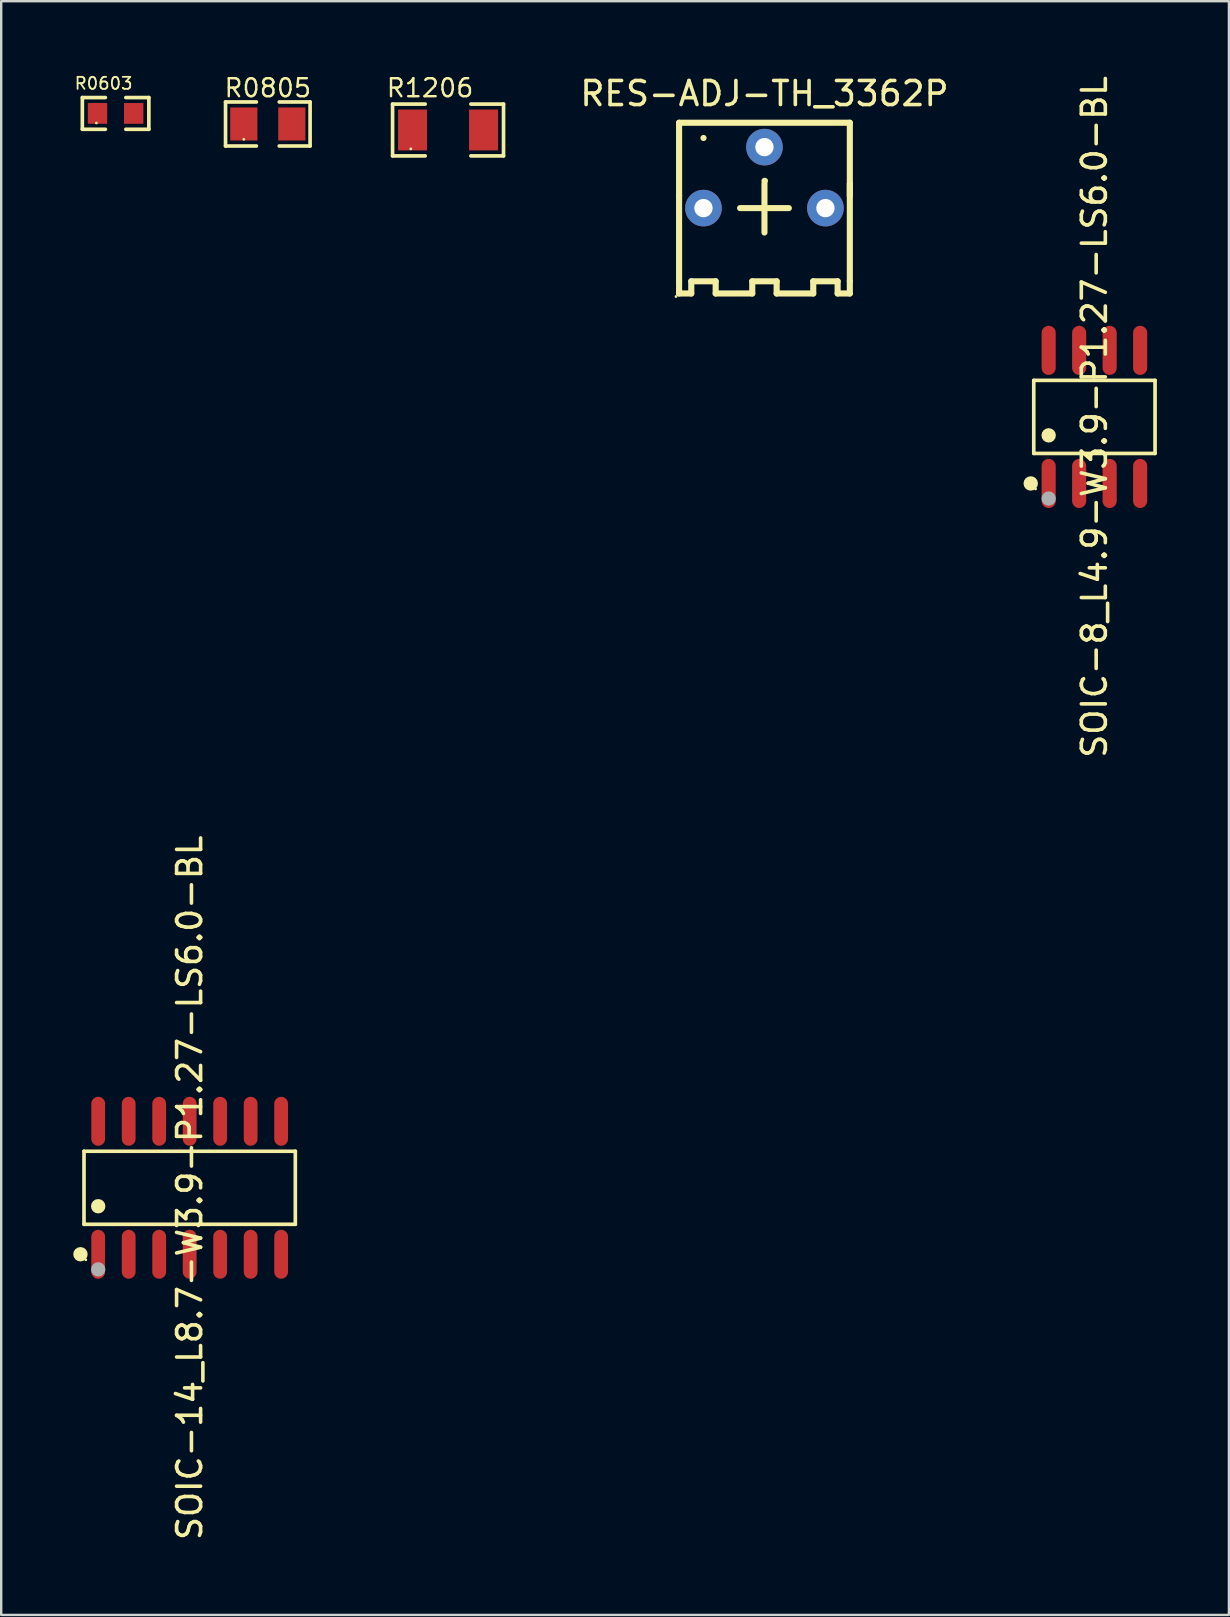
<source format=kicad_pcb>
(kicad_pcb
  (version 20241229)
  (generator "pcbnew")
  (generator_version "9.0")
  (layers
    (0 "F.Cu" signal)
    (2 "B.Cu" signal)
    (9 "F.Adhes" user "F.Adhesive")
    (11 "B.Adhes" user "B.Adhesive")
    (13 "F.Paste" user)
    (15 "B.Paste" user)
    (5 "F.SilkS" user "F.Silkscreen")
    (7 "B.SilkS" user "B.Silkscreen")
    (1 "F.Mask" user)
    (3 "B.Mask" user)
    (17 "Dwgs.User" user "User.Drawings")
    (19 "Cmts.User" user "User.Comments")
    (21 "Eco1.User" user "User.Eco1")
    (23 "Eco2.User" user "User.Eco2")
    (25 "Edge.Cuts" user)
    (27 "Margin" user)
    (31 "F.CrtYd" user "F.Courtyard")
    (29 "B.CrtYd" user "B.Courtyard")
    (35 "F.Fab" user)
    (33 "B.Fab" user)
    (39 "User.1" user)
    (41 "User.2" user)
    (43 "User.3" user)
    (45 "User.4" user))
  (footprint "SOIC-14_L8.7-W3.9-P1.27-LS6.0-BL"
    (layer "F.Cu")
    (at 4.85 46.423)
    (property "Reference" "SOIC-14_L8.7-W3.9-P1.27-LS6.0-BL" (at 0 0 90) (layer "F.SilkS") (effects (font (size 1 1) (thickness 0.15))))
    (attr smd)
    (fp_line (start -4.401 -1.521) (end 4.401 -1.521) (stroke (width 0.152) (type solid)) (layer "F.SilkS"))
    (fp_line (start -4.401 1.521) (end -4.401 -1.521) (stroke (width 0.152) (type solid)) (layer "F.SilkS"))
    (fp_line (start 4.401 -1.521) (end 4.401 1.521) (stroke (width 0.152) (type solid)) (layer "F.SilkS"))
    (fp_line (start 4.401 1.521) (end -4.401 1.521) (stroke (width 0.152) (type solid)) (layer "F.SilkS"))
    (fp_circle (center -4.549 2.769) (end -4.399 2.769) (stroke (width 0.3) (type solid)) (fill no) (layer "F.SilkS"))
    (fp_circle (center -4.325 3) (end -4.295 3) (stroke (width 0.06) (type solid)) (fill no) (layer "F.SilkS"))
    (fp_circle (center -3.81 0.769) (end -3.66 0.769) (stroke (width 0.3) (type solid)) (fill no) (layer "F.SilkS"))
    (fp_circle (center -3.81 3.4) (end -3.66 3.4) (stroke (width 0.3) (type solid)) (fill no) (layer "F.Fab"))
    (pad "1" smd oval (at -3.81 2.769) (size 0.574 2.038) (layers "F.Cu" "F.Mask" "F.Paste"))
    (pad "2" smd oval (at -2.54 2.769) (size 0.574 2.038) (layers "F.Cu" "F.Mask" "F.Paste"))
    (pad "3" smd oval (at -1.27 2.769) (size 0.574 2.038) (layers "F.Cu" "F.Mask" "F.Paste"))
    (pad "4" smd oval (at 0 2.769) (size 0.574 2.038) (layers "F.Cu" "F.Mask" "F.Paste"))
    (pad "5" smd oval (at 1.27 2.769) (size 0.574 2.038) (layers "F.Cu" "F.Mask" "F.Paste"))
    (pad "6" smd oval (at 2.54 2.769) (size 0.574 2.038) (layers "F.Cu" "F.Mask" "F.Paste"))
    (pad "7" smd oval (at 3.81 2.769) (size 0.574 2.038) (layers "F.Cu" "F.Mask" "F.Paste"))
    (pad "8" smd oval (at 3.81 -2.769) (size 0.574 2.038) (layers "F.Cu" "F.Mask" "F.Paste"))
    (pad "9" smd oval (at 2.54 -2.769) (size 0.574 2.038) (layers "F.Cu" "F.Mask" "F.Paste"))
    (pad "10" smd oval (at 1.27 -2.769) (size 0.574 2.038) (layers "F.Cu" "F.Mask" "F.Paste"))
    (pad "11" smd oval (at 0 -2.769) (size 0.574 2.038) (layers "F.Cu" "F.Mask" "F.Paste"))
    (pad "12" smd oval (at -1.27 -2.769) (size 0.574 2.038) (layers "F.Cu" "F.Mask" "F.Paste"))
    (pad "13" smd oval (at -2.54 -2.769) (size 0.574 2.038) (layers "F.Cu" "F.Mask" "F.Paste"))
    (pad "14" smd oval (at -3.81 -2.769) (size 0.574 2.038) (layers "F.Cu" "F.Mask" "F.Paste")))
  (footprint "SOIC-8_L4.9-W3.9-P1.27-LS6.0-BL"
    (layer "F.Cu")
    (at 42.534 14.315)
    (property "Reference" "SOIC-8_L4.9-W3.9-P1.27-LS6.0-BL" (at 0 0 90) (layer "F.SilkS") (effects (font (size 1 1) (thickness 0.15))))
    (attr smd)
    (fp_line (start -2.526 -1.521) (end 2.526 -1.521) (stroke (width 0.152) (type solid)) (layer "F.SilkS"))
    (fp_line (start -2.526 1.521) (end -2.526 -1.521) (stroke (width 0.152) (type solid)) (layer "F.SilkS"))
    (fp_line (start 2.526 -1.521) (end 2.526 1.521) (stroke (width 0.152) (type solid)) (layer "F.SilkS"))
    (fp_line (start 2.526 1.521) (end -2.526 1.521) (stroke (width 0.152) (type solid)) (layer "F.SilkS"))
    (fp_circle (center -2.652 2.772) (end -2.501 2.772) (stroke (width 0.3) (type solid)) (fill no) (layer "F.SilkS"))
    (fp_circle (center -2.45 3) (end -2.42 3) (stroke (width 0.06) (type solid)) (fill no) (layer "F.SilkS"))
    (fp_circle (center -1.905 0.769) (end -1.755 0.769) (stroke (width 0.3) (type solid)) (fill no) (layer "F.SilkS"))
    (fp_circle (center -1.905 3.4) (end -1.755 3.4) (stroke (width 0.3) (type solid)) (fill no) (layer "F.Fab"))
    (pad "1" smd oval (at -1.905 2.772) (size 0.588 2.045) (layers "F.Cu" "F.Mask" "F.Paste"))
    (pad "2" smd oval (at -0.635 2.772) (size 0.588 2.045) (layers "F.Cu" "F.Mask" "F.Paste"))
    (pad "3" smd oval (at 0.635 2.772) (size 0.588 2.045) (layers "F.Cu" "F.Mask" "F.Paste"))
    (pad "4" smd oval (at 1.905 2.772) (size 0.588 2.045) (layers "F.Cu" "F.Mask" "F.Paste"))
    (pad "5" smd oval (at 1.905 -2.772) (size 0.588 2.045) (layers "F.Cu" "F.Mask" "F.Paste"))
    (pad "6" smd oval (at 0.635 -2.772) (size 0.588 2.045) (layers "F.Cu" "F.Mask" "F.Paste"))
    (pad "7" smd oval (at -0.635 -2.772) (size 0.588 2.045) (layers "F.Cu" "F.Mask" "F.Paste"))
    (pad "8" smd oval (at -1.905 -2.772) (size 0.588 2.045) (layers "F.Cu" "F.Mask" "F.Paste")))
  (footprint "R0805"
    (layer "F.Cu")
    (at 8.105 2.114)
    (property "Reference" "R0805" (at 0 -1.5 0) (layer "F.SilkS") (effects (font (size 0.75 0.75) (thickness 0.1))))
    (attr smd)
    (fp_line (start -1.761 -0.917) (end -0.476 -0.917) (stroke (width 0.152) (type solid)) (layer "F.SilkS"))
    (fp_line (start -1.761 0.917) (end -1.761 -0.917) (stroke (width 0.152) (type solid)) (layer "F.SilkS"))
    (fp_line (start -0.476 0.917) (end -1.761 0.917) (stroke (width 0.152) (type solid)) (layer "F.SilkS"))
    (fp_line (start 0.476 0.917) (end 1.761 0.917) (stroke (width 0.152) (type solid)) (layer "F.SilkS"))
    (fp_line (start 1.761 -0.917) (end 0.476 -0.917) (stroke (width 0.152) (type solid)) (layer "F.SilkS"))
    (fp_line (start 1.761 0.917) (end 1.761 -0.917) (stroke (width 0.152) (type solid)) (layer "F.SilkS"))
    (fp_circle (center -1 0.638) (end -0.97 0.638) (stroke (width 0.06) (type solid)) (fill no) (layer "F.SilkS"))
    (pad "1" smd rect (at -1 0) (size 1.133 1.377) (layers "F.Cu" "F.Mask" "F.Paste"))
    (pad "2" smd rect (at 1 0) (size 1.133 1.377) (layers "F.Cu" "F.Mask" "F.Paste")))
  (footprint "RES-ADJ-TH_3362P"
    (layer "F.Cu")
    (at 28.791 4.348)
    (property "Reference" "RES-ADJ-TH_3362P" (at 0 -3.5 0) (layer "F.SilkS") (effects (font (size 1 1) (thickness 0.15))))
    (attr through_hole)
    (fp_line (start -3.556 -2.286) (end 3.556 -2.286) (stroke (width 0.254) (type solid)) (layer "F.SilkS"))
    (fp_line (start -3.556 0.762) (end -3.556 -2.286) (stroke (width 0.254) (type solid)) (layer "F.SilkS"))
    (fp_line (start -3.556 4.318) (end -3.556 0.762) (stroke (width 0.254) (type solid)) (layer "F.SilkS"))
    (fp_line (start -3.556 4.826) (end -3.556 4.318) (stroke (width 0.254) (type solid)) (layer "F.SilkS"))
    (fp_line (start -3.048 4.318) (end -3.048 4.826) (stroke (width 0.254) (type solid)) (layer "F.SilkS"))
    (fp_line (start -3.048 4.826) (end -3.556 4.826) (stroke (width 0.254) (type solid)) (layer "F.SilkS"))
    (fp_line (start -2.032 4.318) (end -3.048 4.318) (stroke (width 0.254) (type solid)) (layer "F.SilkS"))
    (fp_line (start -2.032 4.826) (end -2.032 4.318) (stroke (width 0.254) (type solid)) (layer "F.SilkS"))
    (fp_line (start -0.508 4.318) (end -0.508 4.826) (stroke (width 0.254) (type solid)) (layer "F.SilkS"))
    (fp_line (start -0.508 4.826) (end -2.032 4.826) (stroke (width 0.254) (type solid)) (layer "F.SilkS"))
    (fp_line (start 0 2.286) (end 0 0.254) (stroke (width 0.254) (type solid)) (layer "F.SilkS"))
    (fp_line (start 0.508 4.318) (end -0.508 4.318) (stroke (width 0.254) (type solid)) (layer "F.SilkS"))
    (fp_line (start 0.508 4.826) (end 0.508 4.318) (stroke (width 0.254) (type solid)) (layer "F.SilkS"))
    (fp_line (start 1.016 1.27) (end -1.016 1.27) (stroke (width 0.254) (type solid)) (layer "F.SilkS"))
    (fp_line (start 2.032 4.318) (end 2.032 4.826) (stroke (width 0.254) (type solid)) (layer "F.SilkS"))
    (fp_line (start 2.032 4.826) (end 0.508 4.826) (stroke (width 0.254) (type solid)) (layer "F.SilkS"))
    (fp_line (start 3.048 4.318) (end 2.032 4.318) (stroke (width 0.254) (type solid)) (layer "F.SilkS"))
    (fp_line (start 3.048 4.826) (end 3.048 4.318) (stroke (width 0.254) (type solid)) (layer "F.SilkS"))
    (fp_line (start 3.556 -2.286) (end 3.556 0.762) (stroke (width 0.254) (type solid)) (layer "F.SilkS"))
    (fp_line (start 3.556 0.254) (end 3.556 4.318) (stroke (width 0.254) (type solid)) (layer "F.SilkS"))
    (fp_line (start 3.556 4.318) (end 3.556 4.826) (stroke (width 0.254) (type solid)) (layer "F.SilkS"))
    (fp_line (start 3.556 4.826) (end 3.048 4.826) (stroke (width 0.254) (type solid)) (layer "F.SilkS"))
    (fp_arc (start -2.540005 -1.651003) (mid -2.538735 -1.651014) (end -2.537465 -1.651003) (stroke (width 0.254001) (type solid)) (layer "F.SilkS"))
    (fp_arc (start 0 0.13462) (mid 0.01016 0.134575) (end 0.02032 0.13462) (stroke (width 0.254001) (type solid)) (layer "F.SilkS"))
    (fp_circle (center -3.683 4.953) (end -3.653 4.953) (stroke (width 0.06) (type solid)) (fill no) (layer "F.SilkS"))
    (pad "1" thru_hole circle (at -2.54 1.27) (size 1.524 1.524) (drill 0.762) (layers "*.Cu" "*.Mask"))
    (pad "2" thru_hole circle (at 0 -1.27) (size 1.524 1.524) (drill 0.762) (layers "*.Cu" "*.Mask"))
    (pad "3" thru_hole circle (at 2.54 1.27) (size 1.524 1.524) (drill 0.762) (layers "*.Cu" "*.Mask")))
  (footprint "R1206"
    (layer "F.Cu")
    (at 15.612 2.364)
    (property "Reference" "R1206" (at -0.75 -1.75 0) (layer "F.SilkS") (effects (font (size 0.75 0.75) (thickness 0.1))))
    (attr smd)
    (fp_line (start -2.311 -1.079) (end -0.951 -1.079) (stroke (width 0.152) (type solid)) (layer "F.SilkS"))
    (fp_line (start -2.311 1.079) (end -2.311 -1.079) (stroke (width 0.152) (type solid)) (layer "F.SilkS"))
    (fp_line (start -0.951 1.079) (end -2.311 1.079) (stroke (width 0.152) (type solid)) (layer "F.SilkS"))
    (fp_line (start 0.951 1.079) (end 2.311 1.079) (stroke (width 0.152) (type solid)) (layer "F.SilkS"))
    (fp_line (start 2.311 -1.079) (end 0.951 -1.079) (stroke (width 0.152) (type solid)) (layer "F.SilkS"))
    (fp_line (start 2.311 1.079) (end 2.311 -1.079) (stroke (width 0.152) (type solid)) (layer "F.SilkS"))
    (fp_circle (center -1.55 0.787) (end -1.52 0.787) (stroke (width 0.06) (type solid)) (fill no) (layer "F.SilkS"))
    (pad "1" smd rect (at -1.479 0) (size 1.208 1.701) (layers "F.Cu" "F.Mask" "F.Paste"))
    (pad "2" smd rect (at 1.479 0) (size 1.208 1.701) (layers "F.Cu" "F.Mask" "F.Paste")))
  (footprint "R0603"
    (layer "F.Cu")
    (at 1.765 1.674)
    (property "Reference" "R0603" (at -0.5 -1.25 0) (layer "F.SilkS") (effects (font (size 0.5 0.5) (thickness 0.075))))
    (attr smd)
    (fp_line (start -1.385 -0.661) (end -0.426 -0.661) (stroke (width 0.152) (type solid)) (layer "F.SilkS"))
    (fp_line (start -1.385 0.661) (end -1.385 -0.661) (stroke (width 0.152) (type solid)) (layer "F.SilkS"))
    (fp_line (start -0.426 0.661) (end -1.385 0.661) (stroke (width 0.152) (type solid)) (layer "F.SilkS"))
    (fp_line (start 0.426 0.661) (end 1.385 0.661) (stroke (width 0.152) (type solid)) (layer "F.SilkS"))
    (fp_line (start 1.385 -0.661) (end 0.426 -0.661) (stroke (width 0.152) (type solid)) (layer "F.SilkS"))
    (fp_line (start 1.385 0.661) (end 1.385 -0.661) (stroke (width 0.152) (type solid)) (layer "F.SilkS"))
    (fp_circle (center -0.8 0.4) (end -0.77 0.4) (stroke (width 0.06) (type solid)) (fill no) (layer "F.SilkS"))
    (pad "1" smd rect (at -0.753 0) (size 0.806 0.864) (layers "F.Cu" "F.Mask" "F.Paste"))
    (pad "2" smd rect (at 0.753 0) (size 0.806 0.864) (layers "F.Cu" "F.Mask" "F.Paste")))
  (gr_rect
    (start -3 -3)
    (end 48.137 64.214)
    (stroke (width 0.1) (type default))
    (fill no)
    (layer "Edge.Cuts")))
</source>
